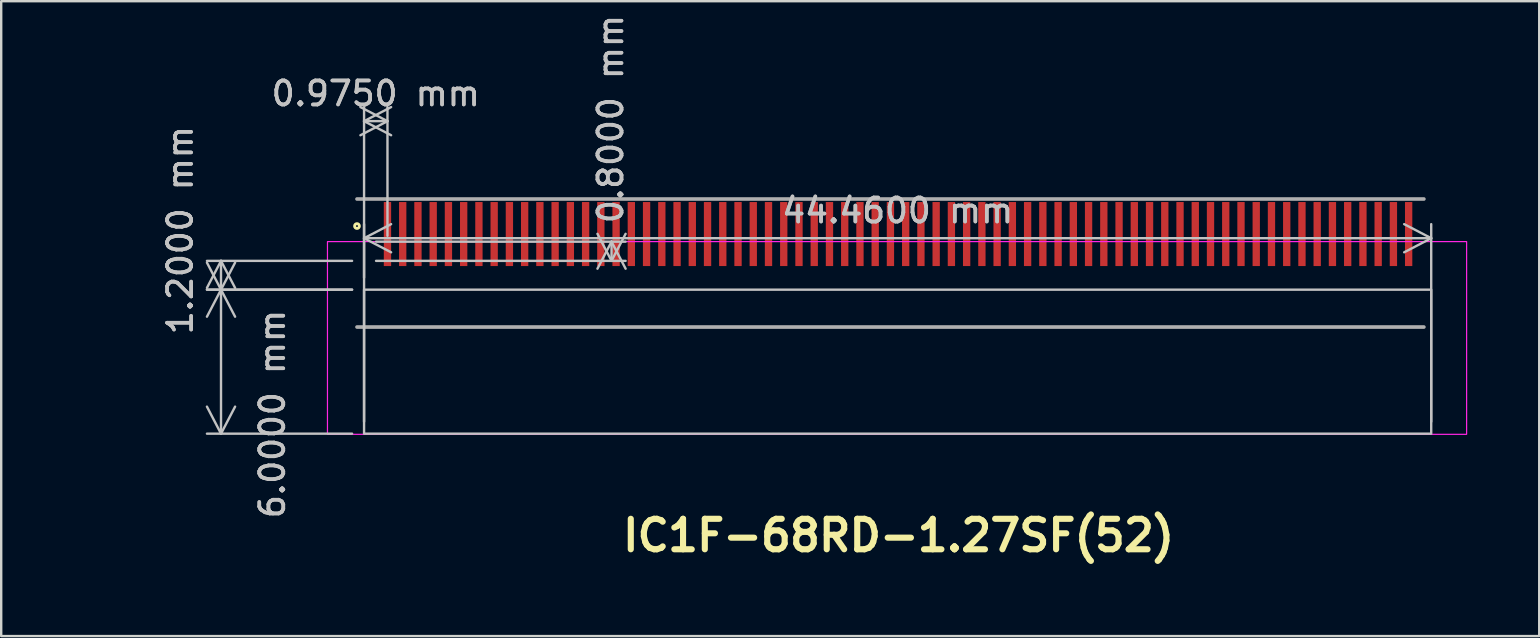
<source format=kicad_pcb>
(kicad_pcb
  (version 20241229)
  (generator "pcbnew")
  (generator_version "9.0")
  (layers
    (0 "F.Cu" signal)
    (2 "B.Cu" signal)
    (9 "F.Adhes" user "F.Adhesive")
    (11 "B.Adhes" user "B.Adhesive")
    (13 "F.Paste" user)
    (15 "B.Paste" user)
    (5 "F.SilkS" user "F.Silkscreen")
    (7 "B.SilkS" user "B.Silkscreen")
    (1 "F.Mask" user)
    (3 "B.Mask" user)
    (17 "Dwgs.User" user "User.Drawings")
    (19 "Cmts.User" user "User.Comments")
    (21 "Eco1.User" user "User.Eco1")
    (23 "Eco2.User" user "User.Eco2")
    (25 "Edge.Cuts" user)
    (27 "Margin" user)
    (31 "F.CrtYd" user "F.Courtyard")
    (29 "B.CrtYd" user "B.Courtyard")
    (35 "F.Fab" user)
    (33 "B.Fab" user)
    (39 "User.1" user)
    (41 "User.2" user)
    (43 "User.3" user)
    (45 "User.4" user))
  (footprint "IC1F-68RD-1.27SF(52)"
    (layer "F.Cu")
    (at 34.348 11.51)
    (property "Reference" "IC1F-68RD-1.27SF(52)" (at 0.04 7.75 0) (layer "F.SilkS") (effects (font (size 1.27 1.27) (thickness 0.254))))
    (attr smd)
    (fp_circle (center -22.525 -5.142) (end -22.425 -5.142) (stroke (width 0.12) (type solid)) (fill no) (layer "F.SilkS"))
    (fp_rect (start -22.23 -2.492) (end 22.23 3.508) (stroke (width 0.1) (type solid)) (fill no) (layer "Dwgs.User"))
    (fp_rect (start -23.755 -4.495) (end 23.705 3.535) (stroke (width 0.05) (type default)) (fill no) (layer "F.CrtYd"))
    (fp_line (start -22.525 -6.269) (end 21.925 -6.269) (stroke (width 0.152) (type solid)) (layer "F.Fab"))
    (fp_line (start -22.525 -0.935) (end 21.925 -0.935) (stroke (width 0.152) (type solid)) (layer "F.Fab"))
    (dimension (type orthogonal) (layer "Dwgs.User") (pts (xy 12.118 7.018) (xy 12.118 7.818)) (height 10.31) (orientation 1) (format (prefix "") (suffix "") (units 3) (units_format 1) (precision 4)) (style (thickness 0.1) (arrow_length 1.27) (text_position_mode 2) (arrow_direction outward) (extension_height 0.586) (extension_offset 0.5) (keep_text_aligned yes)) (gr_text "0.8000 mm" (at 22.388 1.908 90) (layer "Dwgs.User") (effects (font (size 1 1) (thickness 0.15)))))
    (dimension (type orthogonal) (layer "Dwgs.User") (pts (xy 12.118 15.018) (xy 56.578 15.018)) (height -8.143) (orientation 0) (format (prefix "") (suffix "") (units 3) (units_format 1) (precision 4)) (style (thickness 0.1) (arrow_length 1.27) (text_position_mode 0) (arrow_direction outward) (extension_height 0.586) (extension_offset 0.5) (keep_text_aligned yes)) (gr_text "44.4600 mm" (at 34.348 5.725 0) (layer "Dwgs.User") (effects (font (size 1 1) (thickness 0.15)))))
    (dimension (type orthogonal) (layer "Dwgs.User") (pts (xy 12.118 9.018) (xy 13.093 7.273)) (height -7.02) (orientation 0) (format (prefix "") (suffix "") (units 3) (units_format 1) (precision 4)) (style (thickness 0.1) (arrow_length 1.27) (text_position_mode 0) (arrow_direction outward) (extension_height 0.586) (extension_offset 0.5) (keep_text_aligned yes)) (gr_text "0.9750 mm" (at 12.606 0.848 0) (layer "Dwgs.User") (effects (font (size 1 1) (thickness 0.15)))))
    (dimension (type orthogonal) (layer "Dwgs.User") (pts (xy 12.118 7.818) (xy 12.118 9.018)) (height -5.96) (orientation 1) (format (prefix "") (suffix "") (units 3) (units_format 1) (precision 4)) (style (thickness 0.1) (arrow_length 1.27) (text_position_mode 2) (arrow_direction outward) (extension_height 0.586) (extension_offset 0.5) (keep_text_aligned yes)) (gr_text "1.2000 mm" (at 4.458 6.538 90) (layer "Dwgs.User") (effects (font (size 1 1) (thickness 0.15)))))
    (dimension (type orthogonal) (layer "Dwgs.User") (pts (xy 12.118 9.018) (xy 12.118 15.018)) (height -5.96) (orientation 1) (format (prefix "") (suffix "") (units 3) (units_format 1) (precision 4)) (style (thickness 0.1) (arrow_length 1.27) (text_position_mode 2) (arrow_direction outward) (extension_height 0.586) (extension_offset 0.5) (keep_text_aligned yes)) (gr_text "6.0000 mm" (at 8.298 14.198 90) (layer "Dwgs.User") (effects (font (size 1 1) (thickness 0.15)))))
    (pad "1" smd rect (at -21.255 -4.809) (size 0.305 2.667) (layers "F.Cu" "F.Mask" "F.Paste"))
    (pad "2" smd rect (at -19.985 -4.809) (size 0.305 2.667) (layers "F.Cu" "F.Mask" "F.Paste"))
    (pad "3" smd rect (at -18.715 -4.809) (size 0.305 2.667) (layers "F.Cu" "F.Mask" "F.Paste"))
    (pad "4" smd rect (at -17.445 -4.809) (size 0.305 2.667) (layers "F.Cu" "F.Mask" "F.Paste"))
    (pad "5" smd rect (at -16.175 -4.809) (size 0.305 2.667) (layers "F.Cu" "F.Mask" "F.Paste"))
    (pad "6" smd rect (at -14.905 -4.809) (size 0.305 2.667) (layers "F.Cu" "F.Mask" "F.Paste"))
    (pad "7" smd rect (at -13.635 -4.809) (size 0.305 2.667) (layers "F.Cu" "F.Mask" "F.Paste"))
    (pad "8" smd rect (at -12.365 -4.809) (size 0.305 2.667) (layers "F.Cu" "F.Mask" "F.Paste"))
    (pad "9" smd rect (at -11.095 -4.809) (size 0.305 2.667) (layers "F.Cu" "F.Mask" "F.Paste"))
    (pad "10" smd rect (at -9.825 -4.809) (size 0.305 2.667) (layers "F.Cu" "F.Mask" "F.Paste"))
    (pad "11" smd rect (at -8.555 -4.809) (size 0.305 2.667) (layers "F.Cu" "F.Mask" "F.Paste"))
    (pad "12" smd rect (at -7.285 -4.809) (size 0.305 2.667) (layers "F.Cu" "F.Mask" "F.Paste"))
    (pad "13" smd rect (at -6.015 -4.809) (size 0.305 2.667) (layers "F.Cu" "F.Mask" "F.Paste"))
    (pad "14" smd rect (at -4.745 -4.809) (size 0.305 2.667) (layers "F.Cu" "F.Mask" "F.Paste"))
    (pad "15" smd rect (at -3.475 -4.809) (size 0.305 2.667) (layers "F.Cu" "F.Mask" "F.Paste"))
    (pad "16" smd rect (at -2.205 -4.809) (size 0.305 2.667) (layers "F.Cu" "F.Mask" "F.Paste"))
    (pad "17" smd rect (at -0.935 -4.809) (size 0.305 2.667) (layers "F.Cu" "F.Mask" "F.Paste"))
    (pad "18" smd rect (at 0.335 -4.809) (size 0.305 2.667) (layers "F.Cu" "F.Mask" "F.Paste"))
    (pad "19" smd rect (at 1.605 -4.809) (size 0.305 2.667) (layers "F.Cu" "F.Mask" "F.Paste"))
    (pad "20" smd rect (at 2.875 -4.809) (size 0.305 2.667) (layers "F.Cu" "F.Mask" "F.Paste"))
    (pad "21" smd rect (at 4.145 -4.809) (size 0.305 2.667) (layers "F.Cu" "F.Mask" "F.Paste"))
    (pad "22" smd rect (at 5.415 -4.809) (size 0.305 2.667) (layers "F.Cu" "F.Mask" "F.Paste"))
    (pad "23" smd rect (at 6.685 -4.809) (size 0.305 2.667) (layers "F.Cu" "F.Mask" "F.Paste"))
    (pad "24" smd rect (at 7.955 -4.809) (size 0.305 2.667) (layers "F.Cu" "F.Mask" "F.Paste"))
    (pad "25" smd rect (at 9.225 -4.809) (size 0.305 2.667) (layers "F.Cu" "F.Mask" "F.Paste"))
    (pad "26" smd rect (at 10.495 -4.809) (size 0.305 2.667) (layers "F.Cu" "F.Mask" "F.Paste"))
    (pad "27" smd rect (at 11.765 -4.809) (size 0.305 2.667) (layers "F.Cu" "F.Mask" "F.Paste"))
    (pad "28" smd rect (at 13.035 -4.809) (size 0.305 2.667) (layers "F.Cu" "F.Mask" "F.Paste"))
    (pad "29" smd rect (at 14.305 -4.809) (size 0.305 2.667) (layers "F.Cu" "F.Mask" "F.Paste"))
    (pad "30" smd rect (at 15.575 -4.809) (size 0.305 2.667) (layers "F.Cu" "F.Mask" "F.Paste"))
    (pad "31" smd rect (at 16.845 -4.809) (size 0.305 2.667) (layers "F.Cu" "F.Mask" "F.Paste"))
    (pad "32" smd rect (at 18.115 -4.809) (size 0.305 2.667) (layers "F.Cu" "F.Mask" "F.Paste"))
    (pad "33" smd rect (at 19.385 -4.809) (size 0.305 2.667) (layers "F.Cu" "F.Mask" "F.Paste"))
    (pad "34" smd rect (at 20.655 -4.809) (size 0.305 2.667) (layers "F.Cu" "F.Mask" "F.Paste"))
    (pad "35" smd rect (at -20.62 -4.809) (size 0.305 2.667) (layers "F.Cu" "F.Mask" "F.Paste"))
    (pad "36" smd rect (at -19.35 -4.809) (size 0.305 2.667) (layers "F.Cu" "F.Mask" "F.Paste"))
    (pad "37" smd rect (at -18.08 -4.809) (size 0.305 2.667) (layers "F.Cu" "F.Mask" "F.Paste"))
    (pad "38" smd rect (at -16.81 -4.809) (size 0.305 2.667) (layers "F.Cu" "F.Mask" "F.Paste"))
    (pad "39" smd rect (at -15.54 -4.809) (size 0.305 2.667) (layers "F.Cu" "F.Mask" "F.Paste"))
    (pad "40" smd rect (at -14.27 -4.809) (size 0.305 2.667) (layers "F.Cu" "F.Mask" "F.Paste"))
    (pad "41" smd rect (at -13 -4.809) (size 0.305 2.667) (layers "F.Cu" "F.Mask" "F.Paste"))
    (pad "42" smd rect (at -11.73 -4.809) (size 0.305 2.667) (layers "F.Cu" "F.Mask" "F.Paste"))
    (pad "43" smd rect (at -10.46 -4.809) (size 0.305 2.667) (layers "F.Cu" "F.Mask" "F.Paste"))
    (pad "44" smd rect (at -9.19 -4.809) (size 0.305 2.667) (layers "F.Cu" "F.Mask" "F.Paste"))
    (pad "45" smd rect (at -7.92 -4.809) (size 0.305 2.667) (layers "F.Cu" "F.Mask" "F.Paste"))
    (pad "46" smd rect (at -6.65 -4.809) (size 0.305 2.667) (layers "F.Cu" "F.Mask" "F.Paste"))
    (pad "47" smd rect (at -5.38 -4.809) (size 0.305 2.667) (layers "F.Cu" "F.Mask" "F.Paste"))
    (pad "48" smd rect (at -4.11 -4.809) (size 0.305 2.667) (layers "F.Cu" "F.Mask" "F.Paste"))
    (pad "49" smd rect (at -2.84 -4.809) (size 0.305 2.667) (layers "F.Cu" "F.Mask" "F.Paste"))
    (pad "50" smd rect (at -1.57 -4.809) (size 0.305 2.667) (layers "F.Cu" "F.Mask" "F.Paste"))
    (pad "51" smd rect (at -0.3 -4.809) (size 0.305 2.667) (layers "F.Cu" "F.Mask" "F.Paste"))
    (pad "52" smd rect (at 0.97 -4.809) (size 0.305 2.667) (layers "F.Cu" "F.Mask" "F.Paste"))
    (pad "53" smd rect (at 2.24 -4.809) (size 0.305 2.667) (layers "F.Cu" "F.Mask" "F.Paste"))
    (pad "54" smd rect (at 3.51 -4.809) (size 0.305 2.667) (layers "F.Cu" "F.Mask" "F.Paste"))
    (pad "55" smd rect (at 4.78 -4.809) (size 0.305 2.667) (layers "F.Cu" "F.Mask" "F.Paste"))
    (pad "56" smd rect (at 6.05 -4.809) (size 0.305 2.667) (layers "F.Cu" "F.Mask" "F.Paste"))
    (pad "57" smd rect (at 7.32 -4.809) (size 0.305 2.667) (layers "F.Cu" "F.Mask" "F.Paste"))
    (pad "58" smd rect (at 8.59 -4.809) (size 0.305 2.667) (layers "F.Cu" "F.Mask" "F.Paste"))
    (pad "59" smd rect (at 9.86 -4.809) (size 0.305 2.667) (layers "F.Cu" "F.Mask" "F.Paste"))
    (pad "60" smd rect (at 11.13 -4.809) (size 0.305 2.667) (layers "F.Cu" "F.Mask" "F.Paste"))
    (pad "61" smd rect (at 12.4 -4.809) (size 0.305 2.667) (layers "F.Cu" "F.Mask" "F.Paste"))
    (pad "62" smd rect (at 13.67 -4.809) (size 0.305 2.667) (layers "F.Cu" "F.Mask" "F.Paste"))
    (pad "63" smd rect (at 14.94 -4.809) (size 0.305 2.667) (layers "F.Cu" "F.Mask" "F.Paste"))
    (pad "64" smd rect (at 16.21 -4.809) (size 0.305 2.667) (layers "F.Cu" "F.Mask" "F.Paste"))
    (pad "65" smd rect (at 17.48 -4.809) (size 0.305 2.667) (layers "F.Cu" "F.Mask" "F.Paste"))
    (pad "66" smd rect (at 18.75 -4.809) (size 0.305 2.667) (layers "F.Cu" "F.Mask" "F.Paste"))
    (pad "67" smd rect (at 20.02 -4.809) (size 0.305 2.667) (layers "F.Cu" "F.Mask" "F.Paste"))
    (pad "68" smd rect (at 21.29 -4.809) (size 0.305 2.667) (layers "F.Cu" "F.Mask" "F.Paste")))
  (gr_rect
    (start -3 -3)
    (end 61.078 23.449)
    (stroke (width 0.1) (type default))
    (fill no)
    (layer "Edge.Cuts")))
</source>
